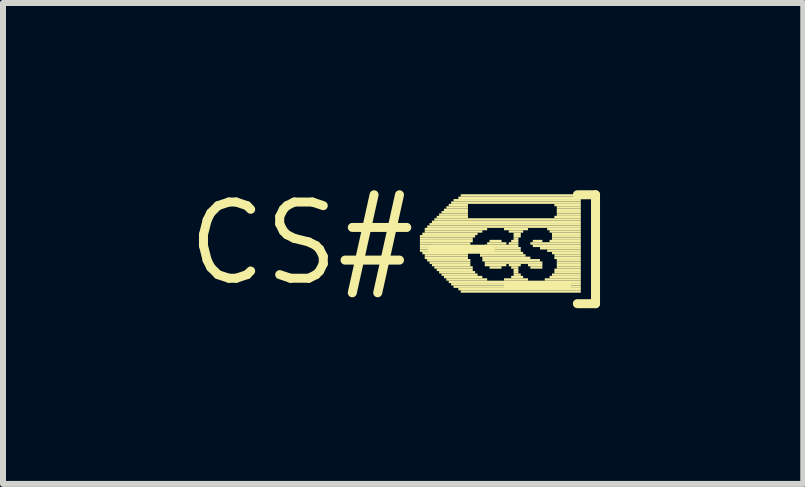
<source format=kicad_pcb>
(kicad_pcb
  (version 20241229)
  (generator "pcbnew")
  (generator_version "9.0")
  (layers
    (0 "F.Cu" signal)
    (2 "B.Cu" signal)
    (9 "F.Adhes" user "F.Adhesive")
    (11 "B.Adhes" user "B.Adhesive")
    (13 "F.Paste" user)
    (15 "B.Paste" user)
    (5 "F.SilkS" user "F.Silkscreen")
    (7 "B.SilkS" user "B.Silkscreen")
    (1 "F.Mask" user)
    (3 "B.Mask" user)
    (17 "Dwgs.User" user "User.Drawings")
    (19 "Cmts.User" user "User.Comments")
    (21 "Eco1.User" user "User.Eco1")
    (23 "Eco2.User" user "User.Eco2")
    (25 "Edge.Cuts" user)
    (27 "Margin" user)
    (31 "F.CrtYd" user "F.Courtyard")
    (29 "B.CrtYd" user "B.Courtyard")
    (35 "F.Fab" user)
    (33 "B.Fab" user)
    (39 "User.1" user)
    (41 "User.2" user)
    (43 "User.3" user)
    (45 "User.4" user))
  (footprint "CS#-_]"
    (layer "F.Cu")
    (at 3.666 1.006)
    (property "Reference" "CS#-_]" (at 0 0 0) (layer "F.SilkS") (effects (font (size 1.27 1.27) (thickness 0.15))))
    (attr through_hole)
    (fp_poly (pts (xy 0.28 -0.1) (xy 1.2 -0.1) (xy 1.2 -0.14) (xy 0.28 -0.14)) (stroke (width 0) (type solid)) (fill yes) (layer "F.SilkS"))
    (fp_poly (pts (xy 0.28 -0.06) (xy 1.16 -0.06) (xy 1.16 -0.1) (xy 0.28 -0.1)) (stroke (width 0) (type solid)) (fill yes) (layer "F.SilkS"))
    (fp_poly (pts (xy 0.28 -0.02) (xy 1.16 -0.02) (xy 1.16 -0.06) (xy 0.28 -0.06)) (stroke (width 0) (type solid)) (fill yes) (layer "F.SilkS"))
    (fp_poly (pts (xy 0.28 0.02) (xy 1.12 0.02) (xy 1.12 -0.02) (xy 0.28 -0.02)) (stroke (width 0) (type solid)) (fill yes) (layer "F.SilkS"))
    (fp_poly (pts (xy 0.28 0.06) (xy 1.12 0.06) (xy 1.12 0.02) (xy 0.28 0.02)) (stroke (width 0) (type solid)) (fill yes) (layer "F.SilkS"))
    (fp_poly (pts (xy 0.28 0.1) (xy 1.12 0.1) (xy 1.12 0.06) (xy 0.28 0.06)) (stroke (width 0) (type solid)) (fill yes) (layer "F.SilkS"))
    (fp_poly (pts (xy 0.28 0.14) (xy 1.08 0.14) (xy 1.08 0.1) (xy 0.28 0.1)) (stroke (width 0) (type solid)) (fill yes) (layer "F.SilkS"))
    (fp_poly (pts (xy 0.32 -0.14) (xy 1.24 -0.14) (xy 1.24 -0.18) (xy 0.32 -0.18)) (stroke (width 0) (type solid)) (fill yes) (layer "F.SilkS"))
    (fp_poly (pts (xy 0.32 0.18) (xy 1.08 0.18) (xy 1.08 0.14) (xy 0.32 0.14)) (stroke (width 0) (type solid)) (fill yes) (layer "F.SilkS"))
    (fp_poly (pts (xy 0.36 -0.22) (xy 1.4 -0.22) (xy 1.4 -0.26) (xy 0.36 -0.26)) (stroke (width 0) (type solid)) (fill yes) (layer "F.SilkS"))
    (fp_poly (pts (xy 0.36 -0.18) (xy 1.32 -0.18) (xy 1.32 -0.22) (xy 0.36 -0.22)) (stroke (width 0) (type solid)) (fill yes) (layer "F.SilkS"))
    (fp_poly (pts (xy 0.36 0.22) (xy 1.08 0.22) (xy 1.08 0.18) (xy 0.36 0.18)) (stroke (width 0) (type solid)) (fill yes) (layer "F.SilkS"))
    (fp_poly (pts (xy 0.36 0.26) (xy 1.08 0.26) (xy 1.08 0.22) (xy 0.36 0.22)) (stroke (width 0) (type solid)) (fill yes) (layer "F.SilkS"))
    (fp_poly (pts (xy 0.4 -0.26) (xy 2.96 -0.26) (xy 2.96 -0.3) (xy 0.4 -0.3)) (stroke (width 0) (type solid)) (fill yes) (layer "F.SilkS"))
    (fp_poly (pts (xy 0.4 0.3) (xy 1.12 0.3) (xy 1.12 0.26) (xy 0.4 0.26)) (stroke (width 0) (type solid)) (fill yes) (layer "F.SilkS"))
    (fp_poly (pts (xy 0.44 -0.3) (xy 2.96 -0.3) (xy 2.96 -0.34) (xy 0.44 -0.34)) (stroke (width 0) (type solid)) (fill yes) (layer "F.SilkS"))
    (fp_poly (pts (xy 0.44 0.34) (xy 1.12 0.34) (xy 1.12 0.3) (xy 0.44 0.3)) (stroke (width 0) (type solid)) (fill yes) (layer "F.SilkS"))
    (fp_poly (pts (xy 0.48 -0.34) (xy 2.96 -0.34) (xy 2.96 -0.38) (xy 0.48 -0.38)) (stroke (width 0) (type solid)) (fill yes) (layer "F.SilkS"))
    (fp_poly (pts (xy 0.48 0.38) (xy 1.12 0.38) (xy 1.12 0.34) (xy 0.48 0.34)) (stroke (width 0) (type solid)) (fill yes) (layer "F.SilkS"))
    (fp_poly (pts (xy 0.52 -0.38) (xy 2.96 -0.38) (xy 2.96 -0.42) (xy 0.52 -0.42)) (stroke (width 0) (type solid)) (fill yes) (layer "F.SilkS"))
    (fp_poly (pts (xy 0.52 0.42) (xy 1.16 0.42) (xy 1.16 0.38) (xy 0.52 0.38)) (stroke (width 0) (type solid)) (fill yes) (layer "F.SilkS"))
    (fp_poly (pts (xy 0.56 -0.42) (xy 1.08 -0.42) (xy 1.08 -0.46) (xy 0.56 -0.46)) (stroke (width 0) (type solid)) (fill yes) (layer "F.SilkS"))
    (fp_poly (pts (xy 0.56 0.46) (xy 1.16 0.46) (xy 1.16 0.42) (xy 0.56 0.42)) (stroke (width 0) (type solid)) (fill yes) (layer "F.SilkS"))
    (fp_poly (pts (xy 0.6 -0.46) (xy 1.08 -0.46) (xy 1.08 -0.5) (xy 0.6 -0.5)) (stroke (width 0) (type solid)) (fill yes) (layer "F.SilkS"))
    (fp_poly (pts (xy 0.6 0.5) (xy 1.2 0.5) (xy 1.2 0.46) (xy 0.6 0.46)) (stroke (width 0) (type solid)) (fill yes) (layer "F.SilkS"))
    (fp_poly (pts (xy 0.64 -0.5) (xy 1.08 -0.5) (xy 1.08 -0.54) (xy 0.64 -0.54)) (stroke (width 0) (type solid)) (fill yes) (layer "F.SilkS"))
    (fp_poly (pts (xy 0.64 0.54) (xy 1.24 0.54) (xy 1.24 0.5) (xy 0.64 0.5)) (stroke (width 0) (type solid)) (fill yes) (layer "F.SilkS"))
    (fp_poly (pts (xy 0.68 -0.54) (xy 1.08 -0.54) (xy 1.08 -0.58) (xy 0.68 -0.58)) (stroke (width 0) (type solid)) (fill yes) (layer "F.SilkS"))
    (fp_poly (pts (xy 0.68 0.58) (xy 1.32 0.58) (xy 1.32 0.54) (xy 0.68 0.54)) (stroke (width 0) (type solid)) (fill yes) (layer "F.SilkS"))
    (fp_poly (pts (xy 0.72 -0.58) (xy 1.08 -0.58) (xy 1.08 -0.62) (xy 0.72 -0.62)) (stroke (width 0) (type solid)) (fill yes) (layer "F.SilkS"))
    (fp_poly (pts (xy 0.72 0.62) (xy 1.4 0.62) (xy 1.4 0.58) (xy 0.72 0.58)) (stroke (width 0) (type solid)) (fill yes) (layer "F.SilkS"))
    (fp_poly (pts (xy 0.76 -0.62) (xy 1.08 -0.62) (xy 1.08 -0.66) (xy 0.76 -0.66)) (stroke (width 0) (type solid)) (fill yes) (layer "F.SilkS"))
    (fp_poly (pts (xy 0.76 0.66) (xy 2.96 0.66) (xy 2.96 0.62) (xy 0.76 0.62)) (stroke (width 0) (type solid)) (fill yes) (layer "F.SilkS"))
    (fp_poly (pts (xy 0.8 -0.66) (xy 2.96 -0.66) (xy 2.96 -0.7) (xy 0.8 -0.7)) (stroke (width 0) (type solid)) (fill yes) (layer "F.SilkS"))
    (fp_poly (pts (xy 0.8 0.7) (xy 2.96 0.7) (xy 2.96 0.66) (xy 0.8 0.66)) (stroke (width 0) (type solid)) (fill yes) (layer "F.SilkS"))
    (fp_poly (pts (xy 0.84 -0.7) (xy 2.96 -0.7) (xy 2.96 -0.74) (xy 0.84 -0.74)) (stroke (width 0) (type solid)) (fill yes) (layer "F.SilkS"))
    (fp_poly (pts (xy 0.84 0.74) (xy 2.96 0.74) (xy 2.96 0.7) (xy 0.84 0.7)) (stroke (width 0) (type solid)) (fill yes) (layer "F.SilkS"))
    (fp_poly (pts (xy 0.92 -0.74) (xy 2.96 -0.74) (xy 2.96 -0.78) (xy 0.92 -0.78)) (stroke (width 0) (type solid)) (fill yes) (layer "F.SilkS"))
    (fp_poly (pts (xy 0.92 0.78) (xy 2.96 0.78) (xy 2.96 0.74) (xy 0.92 0.74)) (stroke (width 0) (type solid)) (fill yes) (layer "F.SilkS"))
    (fp_poly (pts (xy 0.96 -0.78) (xy 2.96 -0.78) (xy 2.96 -0.82) (xy 0.96 -0.82)) (stroke (width 0) (type solid)) (fill yes) (layer "F.SilkS"))
    (fp_poly (pts (xy 0.96 0.82) (xy 2.96 0.82) (xy 2.96 0.78) (xy 0.96 0.78)) (stroke (width 0) (type solid)) (fill yes) (layer "F.SilkS"))
    (fp_poly (pts (xy 1.28 0.18) (xy 2 0.18) (xy 2 0.14) (xy 1.28 0.14)) (stroke (width 0) (type solid)) (fill yes) (layer "F.SilkS"))
    (fp_poly (pts (xy 1.28 0.22) (xy 2.04 0.22) (xy 2.04 0.18) (xy 1.28 0.18)) (stroke (width 0) (type solid)) (fill yes) (layer "F.SilkS"))
    (fp_poly (pts (xy 1.32 0.1) (xy 1.96 0.1) (xy 1.96 0.06) (xy 1.32 0.06)) (stroke (width 0) (type solid)) (fill yes) (layer "F.SilkS"))
    (fp_poly (pts (xy 1.32 0.14) (xy 1.96 0.14) (xy 1.96 0.1) (xy 1.32 0.1)) (stroke (width 0) (type solid)) (fill yes) (layer "F.SilkS"))
    (fp_poly (pts (xy 1.32 0.26) (xy 2.12 0.26) (xy 2.12 0.22) (xy 1.32 0.22)) (stroke (width 0) (type solid)) (fill yes) (layer "F.SilkS"))
    (fp_poly (pts (xy 1.32 0.3) (xy 2.28 0.3) (xy 2.28 0.26) (xy 1.32 0.26)) (stroke (width 0) (type solid)) (fill yes) (layer "F.SilkS"))
    (fp_poly (pts (xy 1.36 0.06) (xy 1.92 0.06) (xy 1.92 0.02) (xy 1.36 0.02)) (stroke (width 0) (type solid)) (fill yes) (layer "F.SilkS"))
    (fp_poly (pts (xy 1.36 0.34) (xy 2.32 0.34) (xy 2.32 0.3) (xy 1.36 0.3)) (stroke (width 0) (type solid)) (fill yes) (layer "F.SilkS"))
    (fp_poly (pts (xy 1.36 0.38) (xy 1.72 0.38) (xy 1.72 0.34) (xy 1.36 0.34)) (stroke (width 0) (type solid)) (fill yes) (layer "F.SilkS"))
    (fp_poly (pts (xy 1.4 0.02) (xy 1.72 0.02) (xy 1.72 -0.02) (xy 1.4 -0.02)) (stroke (width 0) (type solid)) (fill yes) (layer "F.SilkS"))
    (fp_poly (pts (xy 1.44 -0.02) (xy 1.64 -0.02) (xy 1.64 -0.06) (xy 1.44 -0.06)) (stroke (width 0) (type solid)) (fill yes) (layer "F.SilkS"))
    (fp_poly (pts (xy 1.44 0.42) (xy 1.64 0.42) (xy 1.64 0.38) (xy 1.44 0.38)) (stroke (width 0) (type solid)) (fill yes) (layer "F.SilkS"))
    (fp_poly (pts (xy 1.68 -0.22) (xy 2.08 -0.22) (xy 2.08 -0.26) (xy 1.68 -0.26)) (stroke (width 0) (type solid)) (fill yes) (layer "F.SilkS"))
    (fp_poly (pts (xy 1.68 0.62) (xy 2.08 0.62) (xy 2.08 0.58) (xy 1.68 0.58)) (stroke (width 0) (type solid)) (fill yes) (layer "F.SilkS"))
    (fp_poly (pts (xy 1.76 -0.18) (xy 2 -0.18) (xy 2 -0.22) (xy 1.76 -0.22)) (stroke (width 0) (type solid)) (fill yes) (layer "F.SilkS"))
    (fp_poly (pts (xy 1.76 0.02) (xy 1.92 0.02) (xy 1.92 -0.02) (xy 1.76 -0.02)) (stroke (width 0) (type solid)) (fill yes) (layer "F.SilkS"))
    (fp_poly (pts (xy 1.76 0.38) (xy 1.96 0.38) (xy 1.96 0.34) (xy 1.76 0.34)) (stroke (width 0) (type solid)) (fill yes) (layer "F.SilkS"))
    (fp_poly (pts (xy 1.8 -0.02) (xy 1.92 -0.02) (xy 1.92 -0.06) (xy 1.8 -0.06)) (stroke (width 0) (type solid)) (fill yes) (layer "F.SilkS"))
    (fp_poly (pts (xy 1.8 0.42) (xy 1.92 0.42) (xy 1.92 0.38) (xy 1.8 0.38)) (stroke (width 0) (type solid)) (fill yes) (layer "F.SilkS"))
    (fp_poly (pts (xy 1.8 0.58) (xy 2 0.58) (xy 2 0.54) (xy 1.8 0.54)) (stroke (width 0) (type solid)) (fill yes) (layer "F.SilkS"))
    (fp_poly (pts (xy 1.84 -0.14) (xy 1.96 -0.14) (xy 1.96 -0.18) (xy 1.84 -0.18)) (stroke (width 0) (type solid)) (fill yes) (layer "F.SilkS"))
    (fp_poly (pts (xy 1.84 -0.1) (xy 1.96 -0.1) (xy 1.96 -0.14) (xy 1.84 -0.14)) (stroke (width 0) (type solid)) (fill yes) (layer "F.SilkS"))
    (fp_poly (pts (xy 1.84 -0.06) (xy 1.92 -0.06) (xy 1.92 -0.1) (xy 1.84 -0.1)) (stroke (width 0) (type solid)) (fill yes) (layer "F.SilkS"))
    (fp_poly (pts (xy 1.84 0.46) (xy 1.92 0.46) (xy 1.92 0.42) (xy 1.84 0.42)) (stroke (width 0) (type solid)) (fill yes) (layer "F.SilkS"))
    (fp_poly (pts (xy 1.84 0.5) (xy 1.92 0.5) (xy 1.92 0.46) (xy 1.84 0.46)) (stroke (width 0) (type solid)) (fill yes) (layer "F.SilkS"))
    (fp_poly (pts (xy 1.84 0.54) (xy 1.96 0.54) (xy 1.96 0.5) (xy 1.84 0.5)) (stroke (width 0) (type solid)) (fill yes) (layer "F.SilkS"))
    (fp_poly (pts (xy 2.08 0.38) (xy 2.32 0.38) (xy 2.32 0.34) (xy 2.08 0.34)) (stroke (width 0) (type solid)) (fill yes) (layer "F.SilkS"))
    (fp_poly (pts (xy 2.12 0.02) (xy 2.96 0.02) (xy 2.96 -0.02) (xy 2.12 -0.02)) (stroke (width 0) (type solid)) (fill yes) (layer "F.SilkS"))
    (fp_poly (pts (xy 2.12 0.42) (xy 2.32 0.42) (xy 2.32 0.38) (xy 2.12 0.38)) (stroke (width 0) (type solid)) (fill yes) (layer "F.SilkS"))
    (fp_poly (pts (xy 2.16 -0.02) (xy 2.32 -0.02) (xy 2.32 -0.06) (xy 2.16 -0.06)) (stroke (width 0) (type solid)) (fill yes) (layer "F.SilkS"))
    (fp_poly (pts (xy 2.16 0.06) (xy 2.96 0.06) (xy 2.96 0.02) (xy 2.16 0.02)) (stroke (width 0) (type solid)) (fill yes) (layer "F.SilkS"))
    (fp_poly (pts (xy 2.28 0.1) (xy 2.96 0.1) (xy 2.96 0.06) (xy 2.28 0.06)) (stroke (width 0) (type solid)) (fill yes) (layer "F.SilkS"))
    (fp_poly (pts (xy 2.36 0.62) (xy 2.96 0.62) (xy 2.96 0.58) (xy 2.36 0.58)) (stroke (width 0) (type solid)) (fill yes) (layer "F.SilkS"))
    (fp_poly (pts (xy 2.4 -0.22) (xy 2.96 -0.22) (xy 2.96 -0.26) (xy 2.4 -0.26)) (stroke (width 0) (type solid)) (fill yes) (layer "F.SilkS"))
    (fp_poly (pts (xy 2.4 0.14) (xy 2.96 0.14) (xy 2.96 0.1) (xy 2.4 0.1)) (stroke (width 0) (type solid)) (fill yes) (layer "F.SilkS"))
    (fp_poly (pts (xy 2.44 -0.18) (xy 2.96 -0.18) (xy 2.96 -0.22) (xy 2.44 -0.22)) (stroke (width 0) (type solid)) (fill yes) (layer "F.SilkS"))
    (fp_poly (pts (xy 2.44 -0.02) (xy 2.96 -0.02) (xy 2.96 -0.06) (xy 2.44 -0.06)) (stroke (width 0) (type solid)) (fill yes) (layer "F.SilkS"))
    (fp_poly (pts (xy 2.44 0.58) (xy 2.96 0.58) (xy 2.96 0.54) (xy 2.44 0.54)) (stroke (width 0) (type solid)) (fill yes) (layer "F.SilkS"))
    (fp_poly (pts (xy 2.48 -0.14) (xy 2.96 -0.14) (xy 2.96 -0.18) (xy 2.48 -0.18)) (stroke (width 0) (type solid)) (fill yes) (layer "F.SilkS"))
    (fp_poly (pts (xy 2.48 -0.1) (xy 2.96 -0.1) (xy 2.96 -0.14) (xy 2.48 -0.14)) (stroke (width 0) (type solid)) (fill yes) (layer "F.SilkS"))
    (fp_poly (pts (xy 2.48 -0.06) (xy 2.96 -0.06) (xy 2.96 -0.1) (xy 2.48 -0.1)) (stroke (width 0) (type solid)) (fill yes) (layer "F.SilkS"))
    (fp_poly (pts (xy 2.48 0.18) (xy 2.96 0.18) (xy 2.96 0.14) (xy 2.48 0.14)) (stroke (width 0) (type solid)) (fill yes) (layer "F.SilkS"))
    (fp_poly (pts (xy 2.48 0.54) (xy 2.96 0.54) (xy 2.96 0.5) (xy 2.48 0.5)) (stroke (width 0) (type solid)) (fill yes) (layer "F.SilkS"))
    (fp_poly (pts (xy 2.52 -0.62) (xy 2.96 -0.62) (xy 2.96 -0.66) (xy 2.52 -0.66)) (stroke (width 0) (type solid)) (fill yes) (layer "F.SilkS"))
    (fp_poly (pts (xy 2.52 -0.42) (xy 2.96 -0.42) (xy 2.96 -0.46) (xy 2.52 -0.46)) (stroke (width 0) (type solid)) (fill yes) (layer "F.SilkS"))
    (fp_poly (pts (xy 2.52 0.22) (xy 2.96 0.22) (xy 2.96 0.18) (xy 2.52 0.18)) (stroke (width 0) (type solid)) (fill yes) (layer "F.SilkS"))
    (fp_poly (pts (xy 2.52 0.26) (xy 2.96 0.26) (xy 2.96 0.22) (xy 2.52 0.22)) (stroke (width 0) (type solid)) (fill yes) (layer "F.SilkS"))
    (fp_poly (pts (xy 2.52 0.46) (xy 2.96 0.46) (xy 2.96 0.42) (xy 2.52 0.42)) (stroke (width 0) (type solid)) (fill yes) (layer "F.SilkS"))
    (fp_poly (pts (xy 2.52 0.5) (xy 2.96 0.5) (xy 2.96 0.46) (xy 2.52 0.46)) (stroke (width 0) (type solid)) (fill yes) (layer "F.SilkS"))
    (fp_poly (pts (xy 2.56 -0.58) (xy 2.96 -0.58) (xy 2.96 -0.62) (xy 2.56 -0.62)) (stroke (width 0) (type solid)) (fill yes) (layer "F.SilkS"))
    (fp_poly (pts (xy 2.56 -0.54) (xy 2.96 -0.54) (xy 2.96 -0.58) (xy 2.56 -0.58)) (stroke (width 0) (type solid)) (fill yes) (layer "F.SilkS"))
    (fp_poly (pts (xy 2.56 -0.5) (xy 2.96 -0.5) (xy 2.96 -0.54) (xy 2.56 -0.54)) (stroke (width 0) (type solid)) (fill yes) (layer "F.SilkS"))
    (fp_poly (pts (xy 2.56 -0.46) (xy 2.96 -0.46) (xy 2.96 -0.5) (xy 2.56 -0.5)) (stroke (width 0) (type solid)) (fill yes) (layer "F.SilkS"))
    (fp_poly (pts (xy 2.56 0.3) (xy 2.96 0.3) (xy 2.96 0.26) (xy 2.56 0.26)) (stroke (width 0) (type solid)) (fill yes) (layer "F.SilkS"))
    (fp_poly (pts (xy 2.56 0.34) (xy 2.96 0.34) (xy 2.96 0.3) (xy 2.56 0.3)) (stroke (width 0) (type solid)) (fill yes) (layer "F.SilkS"))
    (fp_poly (pts (xy 2.56 0.38) (xy 2.96 0.38) (xy 2.96 0.34) (xy 2.56 0.34)) (stroke (width 0) (type solid)) (fill yes) (layer "F.SilkS"))
    (fp_poly (pts (xy 2.56 0.42) (xy 2.96 0.42) (xy 2.96 0.38) (xy 2.56 0.38)) (stroke (width 0) (type solid)) (fill yes) (layer "F.SilkS")))
  (gr_rect
    (start -3 -3)
    (end 10.332 5.012)
    (stroke (width 0.1) (type default))
    (fill no)
    (layer "Edge.Cuts")))
</source>
